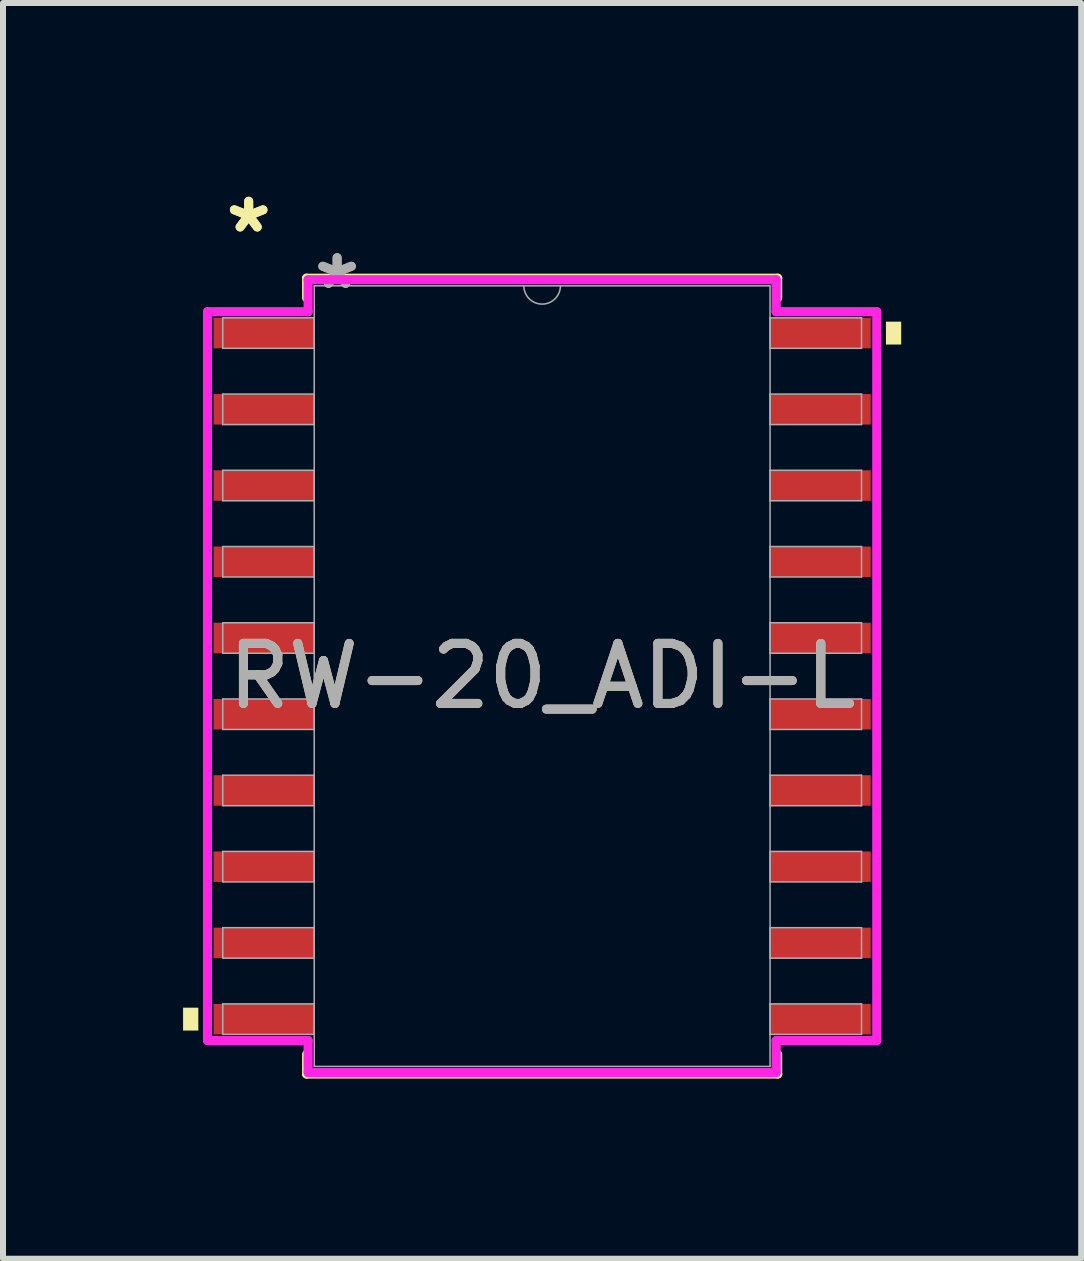
<source format=kicad_pcb>
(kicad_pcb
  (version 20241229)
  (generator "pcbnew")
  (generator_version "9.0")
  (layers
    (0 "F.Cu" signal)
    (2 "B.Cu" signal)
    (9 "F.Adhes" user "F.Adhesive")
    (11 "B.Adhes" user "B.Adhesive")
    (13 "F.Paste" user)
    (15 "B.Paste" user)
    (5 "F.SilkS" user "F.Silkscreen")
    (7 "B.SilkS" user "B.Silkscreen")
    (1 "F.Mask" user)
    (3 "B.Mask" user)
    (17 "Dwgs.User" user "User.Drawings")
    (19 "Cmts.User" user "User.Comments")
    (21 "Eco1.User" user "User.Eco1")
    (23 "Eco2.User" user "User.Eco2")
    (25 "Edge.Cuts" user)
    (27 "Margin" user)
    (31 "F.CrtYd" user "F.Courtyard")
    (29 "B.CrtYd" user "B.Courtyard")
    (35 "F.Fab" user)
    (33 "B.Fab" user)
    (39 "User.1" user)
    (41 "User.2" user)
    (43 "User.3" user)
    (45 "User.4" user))
  (footprint "RW-20_ADI-L"
    (layer "F.Cu")
    (at 5.982 8.214)
    (property "Reference" "RW-20_ADI-L" (at 0 0 0) (unlocked yes) (layer "F.SilkS") (effects (font (size 1 1) (thickness 0.15))))
    (attr smd)
    (fp_line (start -3.924 -6.629) (end -3.924 -6.302) (stroke (width 0.152) (type solid)) (layer "F.SilkS"))
    (fp_line (start -3.924 6.302) (end -3.924 6.629) (stroke (width 0.152) (type solid)) (layer "F.SilkS"))
    (fp_line (start -3.924 6.629) (end 3.924 6.629) (stroke (width 0.152) (type solid)) (layer "F.SilkS"))
    (fp_line (start 3.924 -6.629) (end -3.924 -6.629) (stroke (width 0.152) (type solid)) (layer "F.SilkS"))
    (fp_line (start 3.924 -6.302) (end 3.924 -6.629) (stroke (width 0.152) (type solid)) (layer "F.SilkS"))
    (fp_line (start 3.924 6.629) (end 3.924 6.302) (stroke (width 0.152) (type solid)) (layer "F.SilkS"))
    (fp_poly (pts (xy -5.982 5.524) (xy -5.982 5.905) (xy -5.728 5.905) (xy -5.728 5.524)) (stroke (width 0) (type solid)) (fill yes) (layer "F.SilkS"))
    (fp_poly (pts (xy 5.982 -5.905) (xy 5.982 -5.524) (xy 5.728 -5.524) (xy 5.728 -5.905)) (stroke (width 0) (type solid)) (fill yes) (layer "F.SilkS"))
    (fp_line (start -5.575 -6.071) (end -3.899 -6.071) (stroke (width 0.152) (type solid)) (layer "F.CrtYd"))
    (fp_line (start -5.575 6.071) (end -5.575 -6.071) (stroke (width 0.152) (type solid)) (layer "F.CrtYd"))
    (fp_line (start -5.575 6.071) (end -3.899 6.071) (stroke (width 0.152) (type solid)) (layer "F.CrtYd"))
    (fp_line (start -3.899 -6.604) (end 3.899 -6.604) (stroke (width 0.152) (type solid)) (layer "F.CrtYd"))
    (fp_line (start -3.899 -6.071) (end -3.899 -6.604) (stroke (width 0.152) (type solid)) (layer "F.CrtYd"))
    (fp_line (start -3.899 6.604) (end -3.899 6.071) (stroke (width 0.152) (type solid)) (layer "F.CrtYd"))
    (fp_line (start 3.899 -6.604) (end 3.899 -6.071) (stroke (width 0.152) (type solid)) (layer "F.CrtYd"))
    (fp_line (start 3.899 6.071) (end 3.899 6.604) (stroke (width 0.152) (type solid)) (layer "F.CrtYd"))
    (fp_line (start 3.899 6.604) (end -3.899 6.604) (stroke (width 0.152) (type solid)) (layer "F.CrtYd"))
    (fp_line (start 5.575 -6.071) (end 3.899 -6.071) (stroke (width 0.152) (type solid)) (layer "F.CrtYd"))
    (fp_line (start 5.575 -6.071) (end 5.575 6.071) (stroke (width 0.152) (type solid)) (layer "F.CrtYd"))
    (fp_line (start 5.575 6.071) (end 3.899 6.071) (stroke (width 0.152) (type solid)) (layer "F.CrtYd"))
    (fp_line (start -5.321 -5.969) (end -5.321 -5.461) (stroke (width 0.025) (type solid)) (layer "F.Fab"))
    (fp_line (start -5.321 -5.461) (end -3.797 -5.461) (stroke (width 0.025) (type solid)) (layer "F.Fab"))
    (fp_line (start -5.321 -4.699) (end -5.321 -4.191) (stroke (width 0.025) (type solid)) (layer "F.Fab"))
    (fp_line (start -5.321 -4.191) (end -3.797 -4.191) (stroke (width 0.025) (type solid)) (layer "F.Fab"))
    (fp_line (start -5.321 -3.429) (end -5.321 -2.921) (stroke (width 0.025) (type solid)) (layer "F.Fab"))
    (fp_line (start -5.321 -2.921) (end -3.797 -2.921) (stroke (width 0.025) (type solid)) (layer "F.Fab"))
    (fp_line (start -5.321 -2.159) (end -5.321 -1.651) (stroke (width 0.025) (type solid)) (layer "F.Fab"))
    (fp_line (start -5.321 -1.651) (end -3.797 -1.651) (stroke (width 0.025) (type solid)) (layer "F.Fab"))
    (fp_line (start -5.321 -0.889) (end -5.321 -0.381) (stroke (width 0.025) (type solid)) (layer "F.Fab"))
    (fp_line (start -5.321 -0.381) (end -3.797 -0.381) (stroke (width 0.025) (type solid)) (layer "F.Fab"))
    (fp_line (start -5.321 0.381) (end -5.321 0.889) (stroke (width 0.025) (type solid)) (layer "F.Fab"))
    (fp_line (start -5.321 0.889) (end -3.797 0.889) (stroke (width 0.025) (type solid)) (layer "F.Fab"))
    (fp_line (start -5.321 1.651) (end -5.321 2.159) (stroke (width 0.025) (type solid)) (layer "F.Fab"))
    (fp_line (start -5.321 2.159) (end -3.797 2.159) (stroke (width 0.025) (type solid)) (layer "F.Fab"))
    (fp_line (start -5.321 2.921) (end -5.321 3.429) (stroke (width 0.025) (type solid)) (layer "F.Fab"))
    (fp_line (start -5.321 3.429) (end -3.797 3.429) (stroke (width 0.025) (type solid)) (layer "F.Fab"))
    (fp_line (start -5.321 4.191) (end -5.321 4.699) (stroke (width 0.025) (type solid)) (layer "F.Fab"))
    (fp_line (start -5.321 4.699) (end -3.797 4.699) (stroke (width 0.025) (type solid)) (layer "F.Fab"))
    (fp_line (start -5.321 5.461) (end -5.321 5.969) (stroke (width 0.025) (type solid)) (layer "F.Fab"))
    (fp_line (start -5.321 5.969) (end -3.797 5.969) (stroke (width 0.025) (type solid)) (layer "F.Fab"))
    (fp_line (start -3.797 -6.502) (end -3.797 6.502) (stroke (width 0.025) (type solid)) (layer "F.Fab"))
    (fp_line (start -3.797 -5.969) (end -5.321 -5.969) (stroke (width 0.025) (type solid)) (layer "F.Fab"))
    (fp_line (start -3.797 -5.461) (end -3.797 -5.969) (stroke (width 0.025) (type solid)) (layer "F.Fab"))
    (fp_line (start -3.797 -4.699) (end -5.321 -4.699) (stroke (width 0.025) (type solid)) (layer "F.Fab"))
    (fp_line (start -3.797 -4.191) (end -3.797 -4.699) (stroke (width 0.025) (type solid)) (layer "F.Fab"))
    (fp_line (start -3.797 -3.429) (end -5.321 -3.429) (stroke (width 0.025) (type solid)) (layer "F.Fab"))
    (fp_line (start -3.797 -2.921) (end -3.797 -3.429) (stroke (width 0.025) (type solid)) (layer "F.Fab"))
    (fp_line (start -3.797 -2.159) (end -5.321 -2.159) (stroke (width 0.025) (type solid)) (layer "F.Fab"))
    (fp_line (start -3.797 -1.651) (end -3.797 -2.159) (stroke (width 0.025) (type solid)) (layer "F.Fab"))
    (fp_line (start -3.797 -0.889) (end -5.321 -0.889) (stroke (width 0.025) (type solid)) (layer "F.Fab"))
    (fp_line (start -3.797 -0.381) (end -3.797 -0.889) (stroke (width 0.025) (type solid)) (layer "F.Fab"))
    (fp_line (start -3.797 0.381) (end -5.321 0.381) (stroke (width 0.025) (type solid)) (layer "F.Fab"))
    (fp_line (start -3.797 0.889) (end -3.797 0.381) (stroke (width 0.025) (type solid)) (layer "F.Fab"))
    (fp_line (start -3.797 1.651) (end -5.321 1.651) (stroke (width 0.025) (type solid)) (layer "F.Fab"))
    (fp_line (start -3.797 2.159) (end -3.797 1.651) (stroke (width 0.025) (type solid)) (layer "F.Fab"))
    (fp_line (start -3.797 2.921) (end -5.321 2.921) (stroke (width 0.025) (type solid)) (layer "F.Fab"))
    (fp_line (start -3.797 3.429) (end -3.797 2.921) (stroke (width 0.025) (type solid)) (layer "F.Fab"))
    (fp_line (start -3.797 4.191) (end -5.321 4.191) (stroke (width 0.025) (type solid)) (layer "F.Fab"))
    (fp_line (start -3.797 4.699) (end -3.797 4.191) (stroke (width 0.025) (type solid)) (layer "F.Fab"))
    (fp_line (start -3.797 5.461) (end -5.321 5.461) (stroke (width 0.025) (type solid)) (layer "F.Fab"))
    (fp_line (start -3.797 5.969) (end -3.797 5.461) (stroke (width 0.025) (type solid)) (layer "F.Fab"))
    (fp_line (start -3.797 6.502) (end 3.797 6.502) (stroke (width 0.025) (type solid)) (layer "F.Fab"))
    (fp_line (start 3.797 -6.502) (end -3.797 -6.502) (stroke (width 0.025) (type solid)) (layer "F.Fab"))
    (fp_line (start 3.797 -5.969) (end 3.797 -5.461) (stroke (width 0.025) (type solid)) (layer "F.Fab"))
    (fp_line (start 3.797 -5.461) (end 5.321 -5.461) (stroke (width 0.025) (type solid)) (layer "F.Fab"))
    (fp_line (start 3.797 -4.699) (end 3.797 -4.191) (stroke (width 0.025) (type solid)) (layer "F.Fab"))
    (fp_line (start 3.797 -4.191) (end 5.321 -4.191) (stroke (width 0.025) (type solid)) (layer "F.Fab"))
    (fp_line (start 3.797 -3.429) (end 3.797 -2.921) (stroke (width 0.025) (type solid)) (layer "F.Fab"))
    (fp_line (start 3.797 -2.921) (end 5.321 -2.921) (stroke (width 0.025) (type solid)) (layer "F.Fab"))
    (fp_line (start 3.797 -2.159) (end 3.797 -1.651) (stroke (width 0.025) (type solid)) (layer "F.Fab"))
    (fp_line (start 3.797 -1.651) (end 5.321 -1.651) (stroke (width 0.025) (type solid)) (layer "F.Fab"))
    (fp_line (start 3.797 -0.889) (end 3.797 -0.381) (stroke (width 0.025) (type solid)) (layer "F.Fab"))
    (fp_line (start 3.797 -0.381) (end 5.321 -0.381) (stroke (width 0.025) (type solid)) (layer "F.Fab"))
    (fp_line (start 3.797 0.381) (end 3.797 0.889) (stroke (width 0.025) (type solid)) (layer "F.Fab"))
    (fp_line (start 3.797 0.889) (end 5.321 0.889) (stroke (width 0.025) (type solid)) (layer "F.Fab"))
    (fp_line (start 3.797 1.651) (end 3.797 2.159) (stroke (width 0.025) (type solid)) (layer "F.Fab"))
    (fp_line (start 3.797 2.159) (end 5.321 2.159) (stroke (width 0.025) (type solid)) (layer "F.Fab"))
    (fp_line (start 3.797 2.921) (end 3.797 3.429) (stroke (width 0.025) (type solid)) (layer "F.Fab"))
    (fp_line (start 3.797 3.429) (end 5.321 3.429) (stroke (width 0.025) (type solid)) (layer "F.Fab"))
    (fp_line (start 3.797 4.191) (end 3.797 4.699) (stroke (width 0.025) (type solid)) (layer "F.Fab"))
    (fp_line (start 3.797 4.699) (end 5.321 4.699) (stroke (width 0.025) (type solid)) (layer "F.Fab"))
    (fp_line (start 3.797 5.461) (end 3.797 5.969) (stroke (width 0.025) (type solid)) (layer "F.Fab"))
    (fp_line (start 3.797 5.969) (end 5.321 5.969) (stroke (width 0.025) (type solid)) (layer "F.Fab"))
    (fp_line (start 3.797 6.502) (end 3.797 -6.502) (stroke (width 0.025) (type solid)) (layer "F.Fab"))
    (fp_line (start 5.321 -5.969) (end 3.797 -5.969) (stroke (width 0.025) (type solid)) (layer "F.Fab"))
    (fp_line (start 5.321 -5.461) (end 5.321 -5.969) (stroke (width 0.025) (type solid)) (layer "F.Fab"))
    (fp_line (start 5.321 -4.699) (end 3.797 -4.699) (stroke (width 0.025) (type solid)) (layer "F.Fab"))
    (fp_line (start 5.321 -4.191) (end 5.321 -4.699) (stroke (width 0.025) (type solid)) (layer "F.Fab"))
    (fp_line (start 5.321 -3.429) (end 3.797 -3.429) (stroke (width 0.025) (type solid)) (layer "F.Fab"))
    (fp_line (start 5.321 -2.921) (end 5.321 -3.429) (stroke (width 0.025) (type solid)) (layer "F.Fab"))
    (fp_line (start 5.321 -2.159) (end 3.797 -2.159) (stroke (width 0.025) (type solid)) (layer "F.Fab"))
    (fp_line (start 5.321 -1.651) (end 5.321 -2.159) (stroke (width 0.025) (type solid)) (layer "F.Fab"))
    (fp_line (start 5.321 -0.889) (end 3.797 -0.889) (stroke (width 0.025) (type solid)) (layer "F.Fab"))
    (fp_line (start 5.321 -0.381) (end 5.321 -0.889) (stroke (width 0.025) (type solid)) (layer "F.Fab"))
    (fp_line (start 5.321 0.381) (end 3.797 0.381) (stroke (width 0.025) (type solid)) (layer "F.Fab"))
    (fp_line (start 5.321 0.889) (end 5.321 0.381) (stroke (width 0.025) (type solid)) (layer "F.Fab"))
    (fp_line (start 5.321 1.651) (end 3.797 1.651) (stroke (width 0.025) (type solid)) (layer "F.Fab"))
    (fp_line (start 5.321 2.159) (end 5.321 1.651) (stroke (width 0.025) (type solid)) (layer "F.Fab"))
    (fp_line (start 5.321 2.921) (end 3.797 2.921) (stroke (width 0.025) (type solid)) (layer "F.Fab"))
    (fp_line (start 5.321 3.429) (end 5.321 2.921) (stroke (width 0.025) (type solid)) (layer "F.Fab"))
    (fp_line (start 5.321 4.191) (end 3.797 4.191) (stroke (width 0.025) (type solid)) (layer "F.Fab"))
    (fp_line (start 5.321 4.699) (end 5.321 4.191) (stroke (width 0.025) (type solid)) (layer "F.Fab"))
    (fp_line (start 5.321 5.461) (end 3.797 5.461) (stroke (width 0.025) (type solid)) (layer "F.Fab"))
    (fp_line (start 5.321 5.969) (end 5.321 5.461) (stroke (width 0.025) (type solid)) (layer "F.Fab"))
    (fp_arc (start 0.3048 -6.5024) (mid 0 -6.1976) (end -0.3048 -6.5024) (stroke (width 0.0254) (type solid)) (layer "F.Fab"))
    (fp_text user "*" (at -4.889 -7.366 0) (layer "F.SilkS") (effects (font (size 1 1) (thickness 0.15))))
    (fp_text user "*" (at -4.889 -7.366 0) (unlocked yes) (layer "F.SilkS") (effects (font (size 1 1) (thickness 0.15))))
    (fp_text user "*" (at -3.416 -6.426 0) (unlocked yes) (layer "F.Fab") (effects (font (size 1 1) (thickness 0.15))))
    (fp_text user "*" (at -3.416 -6.426 0) (layer "F.Fab") (effects (font (size 1 1) (thickness 0.15))))
    (fp_text user "${REFERENCE}" (at 0 0 0) (unlocked yes) (layer "F.Fab") (effects (font (size 1 1) (thickness 0.15))))
    (pad "1" smd rect (at -4.636 -5.715) (size 1.676 0.508) (layers "F.Cu" "F.Mask" "F.Paste"))
    (pad "2" smd rect (at -4.636 -4.445) (size 1.676 0.508) (layers "F.Cu" "F.Mask" "F.Paste"))
    (pad "3" smd rect (at -4.636 -3.175) (size 1.676 0.508) (layers "F.Cu" "F.Mask" "F.Paste"))
    (pad "4" smd rect (at -4.636 -1.905) (size 1.676 0.508) (layers "F.Cu" "F.Mask" "F.Paste"))
    (pad "5" smd rect (at -4.636 -0.635) (size 1.676 0.508) (layers "F.Cu" "F.Mask" "F.Paste"))
    (pad "6" smd rect (at -4.636 0.635) (size 1.676 0.508) (layers "F.Cu" "F.Mask" "F.Paste"))
    (pad "7" smd rect (at -4.636 1.905) (size 1.676 0.508) (layers "F.Cu" "F.Mask" "F.Paste"))
    (pad "8" smd rect (at -4.636 3.175) (size 1.676 0.508) (layers "F.Cu" "F.Mask" "F.Paste"))
    (pad "9" smd rect (at -4.636 4.445) (size 1.676 0.508) (layers "F.Cu" "F.Mask" "F.Paste"))
    (pad "10" smd rect (at -4.636 5.715) (size 1.676 0.508) (layers "F.Cu" "F.Mask" "F.Paste"))
    (pad "11" smd rect (at 4.636 5.715) (size 1.676 0.508) (layers "F.Cu" "F.Mask" "F.Paste"))
    (pad "12" smd rect (at 4.636 4.445) (size 1.676 0.508) (layers "F.Cu" "F.Mask" "F.Paste"))
    (pad "13" smd rect (at 4.636 3.175) (size 1.676 0.508) (layers "F.Cu" "F.Mask" "F.Paste"))
    (pad "14" smd rect (at 4.636 1.905) (size 1.676 0.508) (layers "F.Cu" "F.Mask" "F.Paste"))
    (pad "15" smd rect (at 4.636 0.635) (size 1.676 0.508) (layers "F.Cu" "F.Mask" "F.Paste"))
    (pad "16" smd rect (at 4.636 -0.635) (size 1.676 0.508) (layers "F.Cu" "F.Mask" "F.Paste"))
    (pad "17" smd rect (at 4.636 -1.905) (size 1.676 0.508) (layers "F.Cu" "F.Mask" "F.Paste"))
    (pad "18" smd rect (at 4.636 -3.175) (size 1.676 0.508) (layers "F.Cu" "F.Mask" "F.Paste"))
    (pad "19" smd rect (at 4.636 -4.445) (size 1.676 0.508) (layers "F.Cu" "F.Mask" "F.Paste"))
    (pad "20" smd rect (at 4.636 -5.715) (size 1.676 0.508) (layers "F.Cu" "F.Mask" "F.Paste")))
  (gr_rect
    (start -3 -3)
    (end 14.963 17.92)
    (stroke (width 0.1) (type default))
    (fill no)
    (layer "Edge.Cuts")))
</source>
